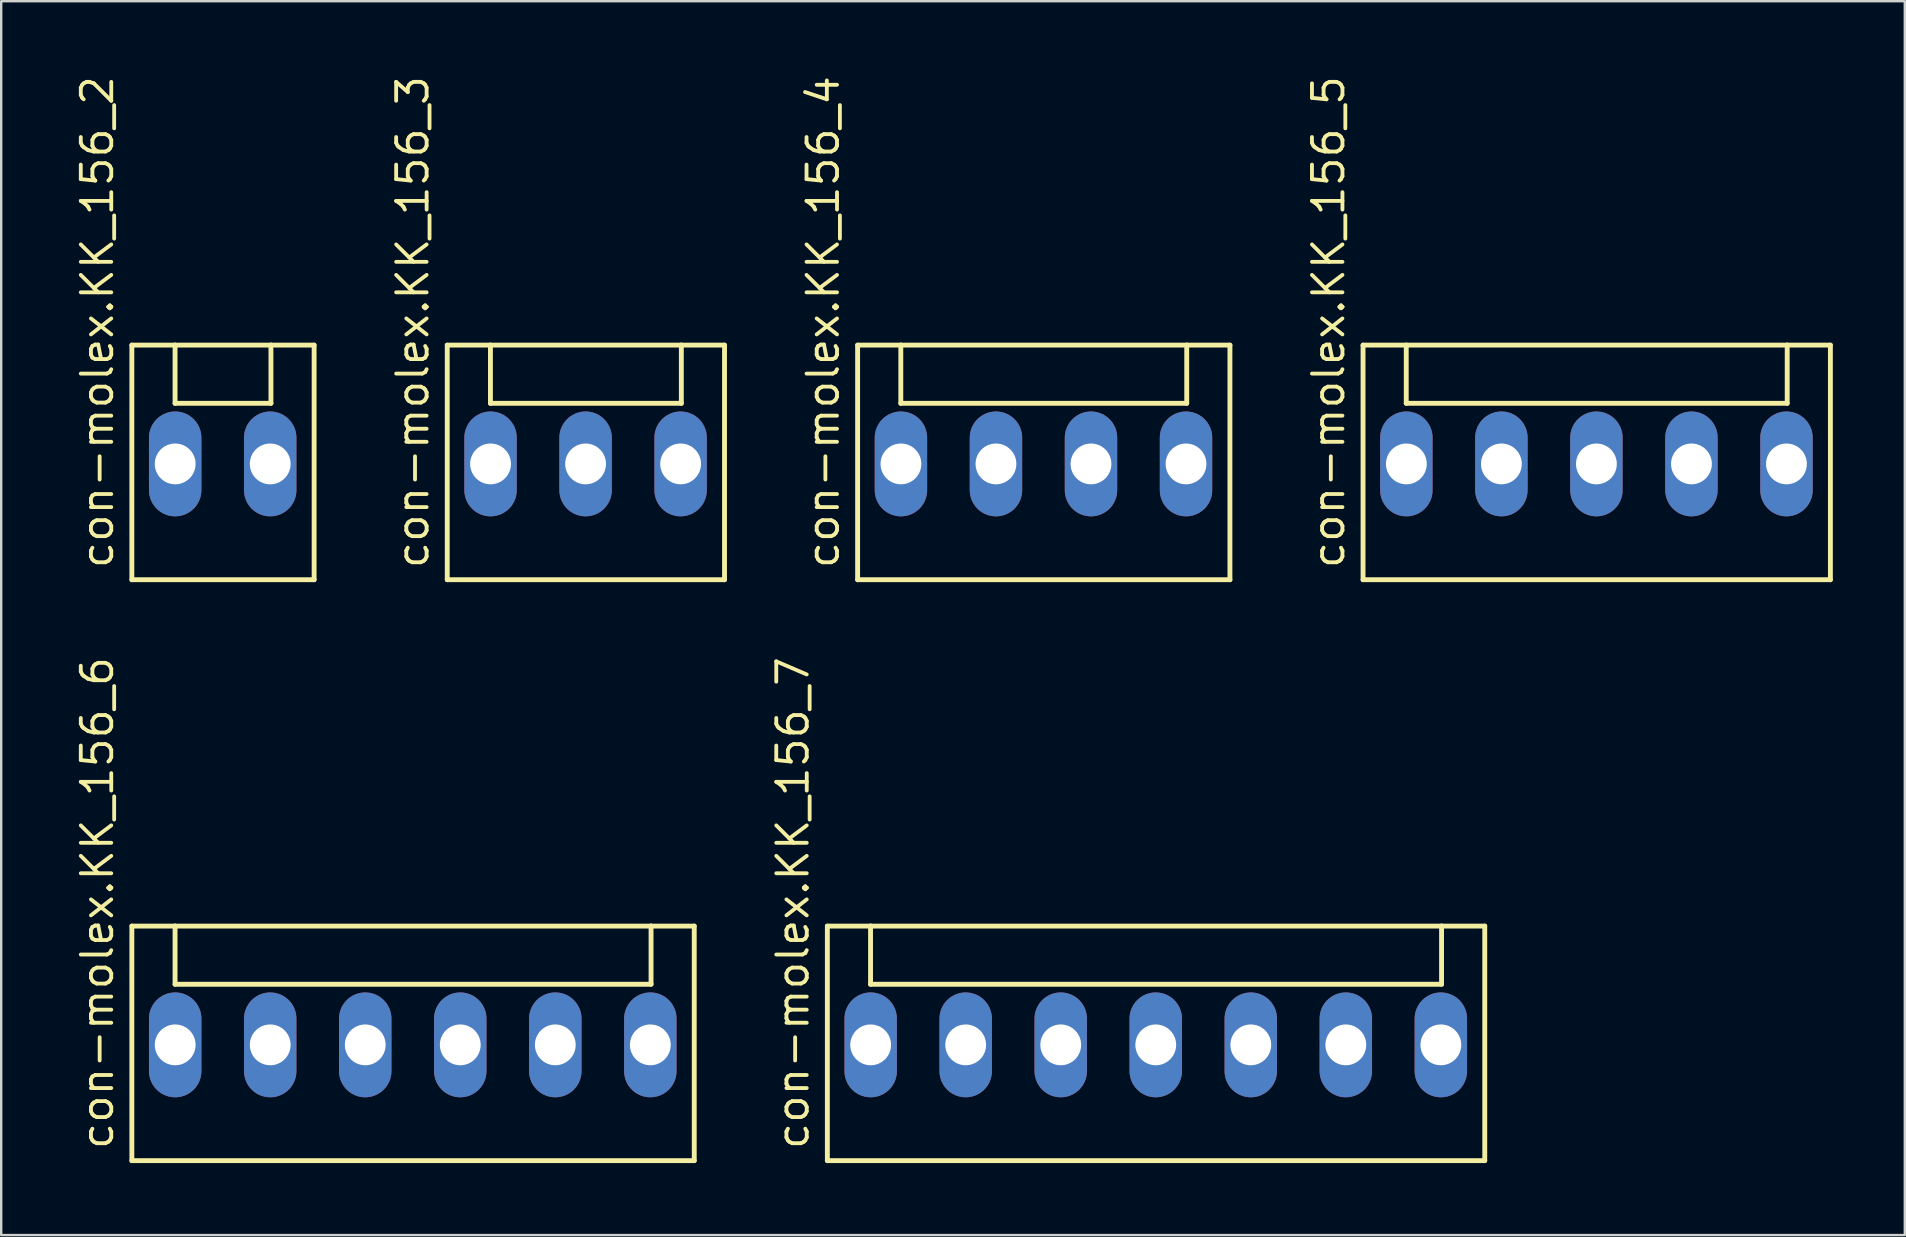
<source format=kicad_pcb>
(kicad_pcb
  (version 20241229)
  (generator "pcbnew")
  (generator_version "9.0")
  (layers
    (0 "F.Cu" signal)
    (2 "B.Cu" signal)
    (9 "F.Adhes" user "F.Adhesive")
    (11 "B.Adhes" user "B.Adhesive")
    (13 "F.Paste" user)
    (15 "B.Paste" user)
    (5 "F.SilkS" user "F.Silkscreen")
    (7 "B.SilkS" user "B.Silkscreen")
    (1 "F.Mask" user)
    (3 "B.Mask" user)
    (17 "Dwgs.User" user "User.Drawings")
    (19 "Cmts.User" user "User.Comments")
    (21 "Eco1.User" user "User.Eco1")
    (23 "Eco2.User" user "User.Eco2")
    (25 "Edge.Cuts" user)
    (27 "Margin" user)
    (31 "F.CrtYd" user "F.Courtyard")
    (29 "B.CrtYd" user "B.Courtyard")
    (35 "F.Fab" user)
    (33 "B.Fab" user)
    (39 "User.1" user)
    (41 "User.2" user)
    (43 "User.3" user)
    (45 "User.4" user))
  (footprint "con-molex.KK_156_3"
    (layer "F.Cu")
    (at 21.352 16.282)
    (property "Reference" "con-molex.KK_156_3" (at -6.46 4.445 90) (layer "F.SilkS") (effects (font (size 1.27 1.27) (thickness 0.16)) (justify left bottom)))
    (attr through_hole)
    (fp_line (start -5.765 -4.95) (end -5.765 4.825) (stroke (width 0.203) (type default)) (layer "F.SilkS"))
    (fp_line (start -5.765 4.825) (end 5.79 4.825) (stroke (width 0.203) (type default)) (layer "F.SilkS"))
    (fp_line (start -3.965 -4.95) (end -5.765 -4.95) (stroke (width 0.203) (type default)) (layer "F.SilkS"))
    (fp_line (start -3.965 -2.525) (end -3.965 -4.95) (stroke (width 0.203) (type default)) (layer "F.SilkS"))
    (fp_line (start -3.965 -2.525) (end 3.99 -2.525) (stroke (width 0.203) (type default)) (layer "F.SilkS"))
    (fp_line (start 3.99 -4.95) (end -3.965 -4.95) (stroke (width 0.203) (type default)) (layer "F.SilkS"))
    (fp_line (start 3.99 -2.525) (end 3.99 -4.95) (stroke (width 0.203) (type default)) (layer "F.SilkS"))
    (fp_line (start 5.79 -4.95) (end 3.99 -4.95) (stroke (width 0.203) (type default)) (layer "F.SilkS"))
    (fp_line (start 5.79 4.825) (end 5.79 -4.95) (stroke (width 0.203) (type default)) (layer "F.SilkS"))
    (pad "1" thru_hole oval (at -3.96 0 90) (size 4.369 2.184) (drill 1.7) (layers "*.Cu" "*.Mask"))
    (pad "2" thru_hole oval (at 0 0 90) (size 4.369 2.184) (drill 1.7) (layers "*.Cu" "*.Mask"))
    (pad "3" thru_hole oval (at 3.96 0 90) (size 4.369 2.184) (drill 1.7) (layers "*.Cu" "*.Mask")))
  (footprint "con-molex.KK_156_4"
    (layer "F.Cu")
    (at 40.433 16.282)
    (property "Reference" "con-molex.KK_156_4" (at -8.44 4.445 90) (layer "F.SilkS") (effects (font (size 1.27 1.27) (thickness 0.16)) (justify left bottom)))
    (attr through_hole)
    (fp_line (start -7.745 -4.95) (end -7.745 4.825) (stroke (width 0.203) (type default)) (layer "F.SilkS"))
    (fp_line (start -7.745 4.825) (end 7.77 4.825) (stroke (width 0.203) (type default)) (layer "F.SilkS"))
    (fp_line (start -5.945 -4.95) (end -7.745 -4.95) (stroke (width 0.203) (type default)) (layer "F.SilkS"))
    (fp_line (start -5.945 -2.525) (end -5.945 -4.95) (stroke (width 0.203) (type default)) (layer "F.SilkS"))
    (fp_line (start -5.945 -2.525) (end 5.97 -2.525) (stroke (width 0.203) (type default)) (layer "F.SilkS"))
    (fp_line (start 5.97 -4.95) (end -5.945 -4.95) (stroke (width 0.203) (type default)) (layer "F.SilkS"))
    (fp_line (start 5.97 -2.525) (end 5.97 -4.95) (stroke (width 0.203) (type default)) (layer "F.SilkS"))
    (fp_line (start 7.77 -4.95) (end 5.97 -4.95) (stroke (width 0.203) (type default)) (layer "F.SilkS"))
    (fp_line (start 7.77 4.825) (end 7.77 -4.95) (stroke (width 0.203) (type default)) (layer "F.SilkS"))
    (pad "1" thru_hole oval (at -5.94 0 90) (size 4.369 2.184) (drill 1.7) (layers "*.Cu" "*.Mask"))
    (pad "2" thru_hole oval (at -1.98 0 90) (size 4.369 2.184) (drill 1.7) (layers "*.Cu" "*.Mask"))
    (pad "3" thru_hole oval (at 1.98 0 90) (size 4.369 2.184) (drill 1.7) (layers "*.Cu" "*.Mask"))
    (pad "4" thru_hole oval (at 5.94 0 90) (size 4.369 2.184) (drill 1.7) (layers "*.Cu" "*.Mask")))
  (footprint "con-molex.KK_156_7"
    (layer "F.Cu")
    (at 45.112 40.491)
    (property "Reference" "con-molex.KK_156_7" (at -14.38 4.445 90) (layer "F.SilkS") (effects (font (size 1.27 1.27) (thickness 0.16)) (justify left bottom)))
    (attr through_hole)
    (fp_line (start -13.685 -4.95) (end -13.685 4.825) (stroke (width 0.203) (type default)) (layer "F.SilkS"))
    (fp_line (start -13.685 4.825) (end 13.71 4.825) (stroke (width 0.203) (type default)) (layer "F.SilkS"))
    (fp_line (start -11.885 -4.95) (end -13.685 -4.95) (stroke (width 0.203) (type default)) (layer "F.SilkS"))
    (fp_line (start -11.885 -2.525) (end -11.885 -4.95) (stroke (width 0.203) (type default)) (layer "F.SilkS"))
    (fp_line (start -11.885 -2.525) (end 11.91 -2.525) (stroke (width 0.203) (type default)) (layer "F.SilkS"))
    (fp_line (start 11.91 -4.95) (end -11.885 -4.95) (stroke (width 0.203) (type default)) (layer "F.SilkS"))
    (fp_line (start 11.91 -2.525) (end 11.91 -4.95) (stroke (width 0.203) (type default)) (layer "F.SilkS"))
    (fp_line (start 13.71 -4.95) (end 11.91 -4.95) (stroke (width 0.203) (type default)) (layer "F.SilkS"))
    (fp_line (start 13.71 4.825) (end 13.71 -4.95) (stroke (width 0.203) (type default)) (layer "F.SilkS"))
    (pad "1" thru_hole oval (at -11.88 0 90) (size 4.369 2.184) (drill 1.7) (layers "*.Cu" "*.Mask"))
    (pad "2" thru_hole oval (at -7.92 0 90) (size 4.369 2.184) (drill 1.7) (layers "*.Cu" "*.Mask"))
    (pad "3" thru_hole oval (at -3.96 0 90) (size 4.369 2.184) (drill 1.7) (layers "*.Cu" "*.Mask"))
    (pad "4" thru_hole oval (at 0 0 90) (size 4.369 2.184) (drill 1.7) (layers "*.Cu" "*.Mask"))
    (pad "5" thru_hole oval (at 3.96 0 90) (size 4.369 2.184) (drill 1.7) (layers "*.Cu" "*.Mask"))
    (pad "6" thru_hole oval (at 7.92 0 90) (size 4.369 2.184) (drill 1.7) (layers "*.Cu" "*.Mask"))
    (pad "7" thru_hole oval (at 11.88 0 90) (size 4.369 2.184) (drill 1.7) (layers "*.Cu" "*.Mask")))
  (footprint "con-molex.KK_156_5"
    (layer "F.Cu")
    (at 63.475 16.282)
    (property "Reference" "con-molex.KK_156_5" (at -10.42 4.445 90) (layer "F.SilkS") (effects (font (size 1.27 1.27) (thickness 0.16)) (justify left bottom)))
    (attr through_hole)
    (fp_line (start -9.725 -4.95) (end -9.725 4.825) (stroke (width 0.203) (type default)) (layer "F.SilkS"))
    (fp_line (start -9.725 4.825) (end 9.75 4.825) (stroke (width 0.203) (type default)) (layer "F.SilkS"))
    (fp_line (start -7.925 -4.95) (end -9.725 -4.95) (stroke (width 0.203) (type default)) (layer "F.SilkS"))
    (fp_line (start -7.925 -2.525) (end -7.925 -4.95) (stroke (width 0.203) (type default)) (layer "F.SilkS"))
    (fp_line (start -7.925 -2.525) (end 7.95 -2.525) (stroke (width 0.203) (type default)) (layer "F.SilkS"))
    (fp_line (start 7.95 -4.95) (end -7.925 -4.95) (stroke (width 0.203) (type default)) (layer "F.SilkS"))
    (fp_line (start 7.95 -2.525) (end 7.95 -4.95) (stroke (width 0.203) (type default)) (layer "F.SilkS"))
    (fp_line (start 9.75 -4.95) (end 7.95 -4.95) (stroke (width 0.203) (type default)) (layer "F.SilkS"))
    (fp_line (start 9.75 4.825) (end 9.75 -4.95) (stroke (width 0.203) (type default)) (layer "F.SilkS"))
    (pad "1" thru_hole oval (at -7.92 0 90) (size 4.369 2.184) (drill 1.7) (layers "*.Cu" "*.Mask"))
    (pad "2" thru_hole oval (at -3.96 0 90) (size 4.369 2.184) (drill 1.7) (layers "*.Cu" "*.Mask"))
    (pad "3" thru_hole oval (at 0 0 90) (size 4.369 2.184) (drill 1.7) (layers "*.Cu" "*.Mask"))
    (pad "4" thru_hole oval (at 3.96 0 90) (size 4.369 2.184) (drill 1.7) (layers "*.Cu" "*.Mask"))
    (pad "5" thru_hole oval (at 7.92 0 90) (size 4.369 2.184) (drill 1.7) (layers "*.Cu" "*.Mask")))
  (footprint "con-molex.KK_156_2"
    (layer "F.Cu")
    (at 6.23 16.282)
    (property "Reference" "con-molex.KK_156_2" (at -4.48 4.445 90) (layer "F.SilkS") (effects (font (size 1.27 1.27) (thickness 0.16)) (justify left bottom)))
    (attr through_hole)
    (fp_line (start -3.785 -4.95) (end -3.785 4.825) (stroke (width 0.203) (type default)) (layer "F.SilkS"))
    (fp_line (start -3.785 4.825) (end 3.81 4.825) (stroke (width 0.203) (type default)) (layer "F.SilkS"))
    (fp_line (start -1.985 -4.95) (end -3.785 -4.95) (stroke (width 0.203) (type default)) (layer "F.SilkS"))
    (fp_line (start -1.985 -2.525) (end -1.985 -4.95) (stroke (width 0.203) (type default)) (layer "F.SilkS"))
    (fp_line (start -1.985 -2.525) (end 2.01 -2.525) (stroke (width 0.203) (type default)) (layer "F.SilkS"))
    (fp_line (start 2.01 -4.95) (end -1.985 -4.95) (stroke (width 0.203) (type default)) (layer "F.SilkS"))
    (fp_line (start 2.01 -2.525) (end 2.01 -4.95) (stroke (width 0.203) (type default)) (layer "F.SilkS"))
    (fp_line (start 3.81 -4.95) (end 2.01 -4.95) (stroke (width 0.203) (type default)) (layer "F.SilkS"))
    (fp_line (start 3.81 4.825) (end 3.81 -4.95) (stroke (width 0.203) (type default)) (layer "F.SilkS"))
    (pad "1" thru_hole oval (at -1.98 0 90) (size 4.369 2.184) (drill 1.7) (layers "*.Cu" "*.Mask"))
    (pad "2" thru_hole oval (at 1.98 0 90) (size 4.369 2.184) (drill 1.7) (layers "*.Cu" "*.Mask")))
  (footprint "con-molex.KK_156_6"
    (layer "F.Cu")
    (at 14.15 40.491)
    (property "Reference" "con-molex.KK_156_6" (at -12.4 4.445 90) (layer "F.SilkS") (effects (font (size 1.27 1.27) (thickness 0.16)) (justify left bottom)))
    (attr through_hole)
    (fp_line (start -11.705 -4.95) (end -11.705 4.825) (stroke (width 0.203) (type default)) (layer "F.SilkS"))
    (fp_line (start -11.705 4.825) (end 11.73 4.825) (stroke (width 0.203) (type default)) (layer "F.SilkS"))
    (fp_line (start -9.905 -4.95) (end -11.705 -4.95) (stroke (width 0.203) (type default)) (layer "F.SilkS"))
    (fp_line (start -9.905 -2.525) (end -9.905 -4.95) (stroke (width 0.203) (type default)) (layer "F.SilkS"))
    (fp_line (start -9.905 -2.525) (end 9.93 -2.525) (stroke (width 0.203) (type default)) (layer "F.SilkS"))
    (fp_line (start 9.93 -4.95) (end -9.905 -4.95) (stroke (width 0.203) (type default)) (layer "F.SilkS"))
    (fp_line (start 9.93 -2.525) (end 9.93 -4.95) (stroke (width 0.203) (type default)) (layer "F.SilkS"))
    (fp_line (start 11.73 -4.95) (end 9.93 -4.95) (stroke (width 0.203) (type default)) (layer "F.SilkS"))
    (fp_line (start 11.73 4.825) (end 11.73 -4.95) (stroke (width 0.203) (type default)) (layer "F.SilkS"))
    (pad "1" thru_hole oval (at -9.9 0 90) (size 4.369 2.184) (drill 1.7) (layers "*.Cu" "*.Mask"))
    (pad "2" thru_hole oval (at -5.94 0 90) (size 4.369 2.184) (drill 1.7) (layers "*.Cu" "*.Mask"))
    (pad "3" thru_hole oval (at -1.98 0 90) (size 4.369 2.184) (drill 1.7) (layers "*.Cu" "*.Mask"))
    (pad "4" thru_hole oval (at 1.98 0 90) (size 4.369 2.184) (drill 1.7) (layers "*.Cu" "*.Mask"))
    (pad "5" thru_hole oval (at 5.94 0 90) (size 4.369 2.184) (drill 1.7) (layers "*.Cu" "*.Mask"))
    (pad "6" thru_hole oval (at 9.9 0 90) (size 4.369 2.184) (drill 1.7) (layers "*.Cu" "*.Mask")))
  (gr_rect
    (start -3 -3)
    (end 76.326 48.418)
    (stroke (width 0.1) (type default))
    (fill no)
    (layer "Edge.Cuts")))
</source>
